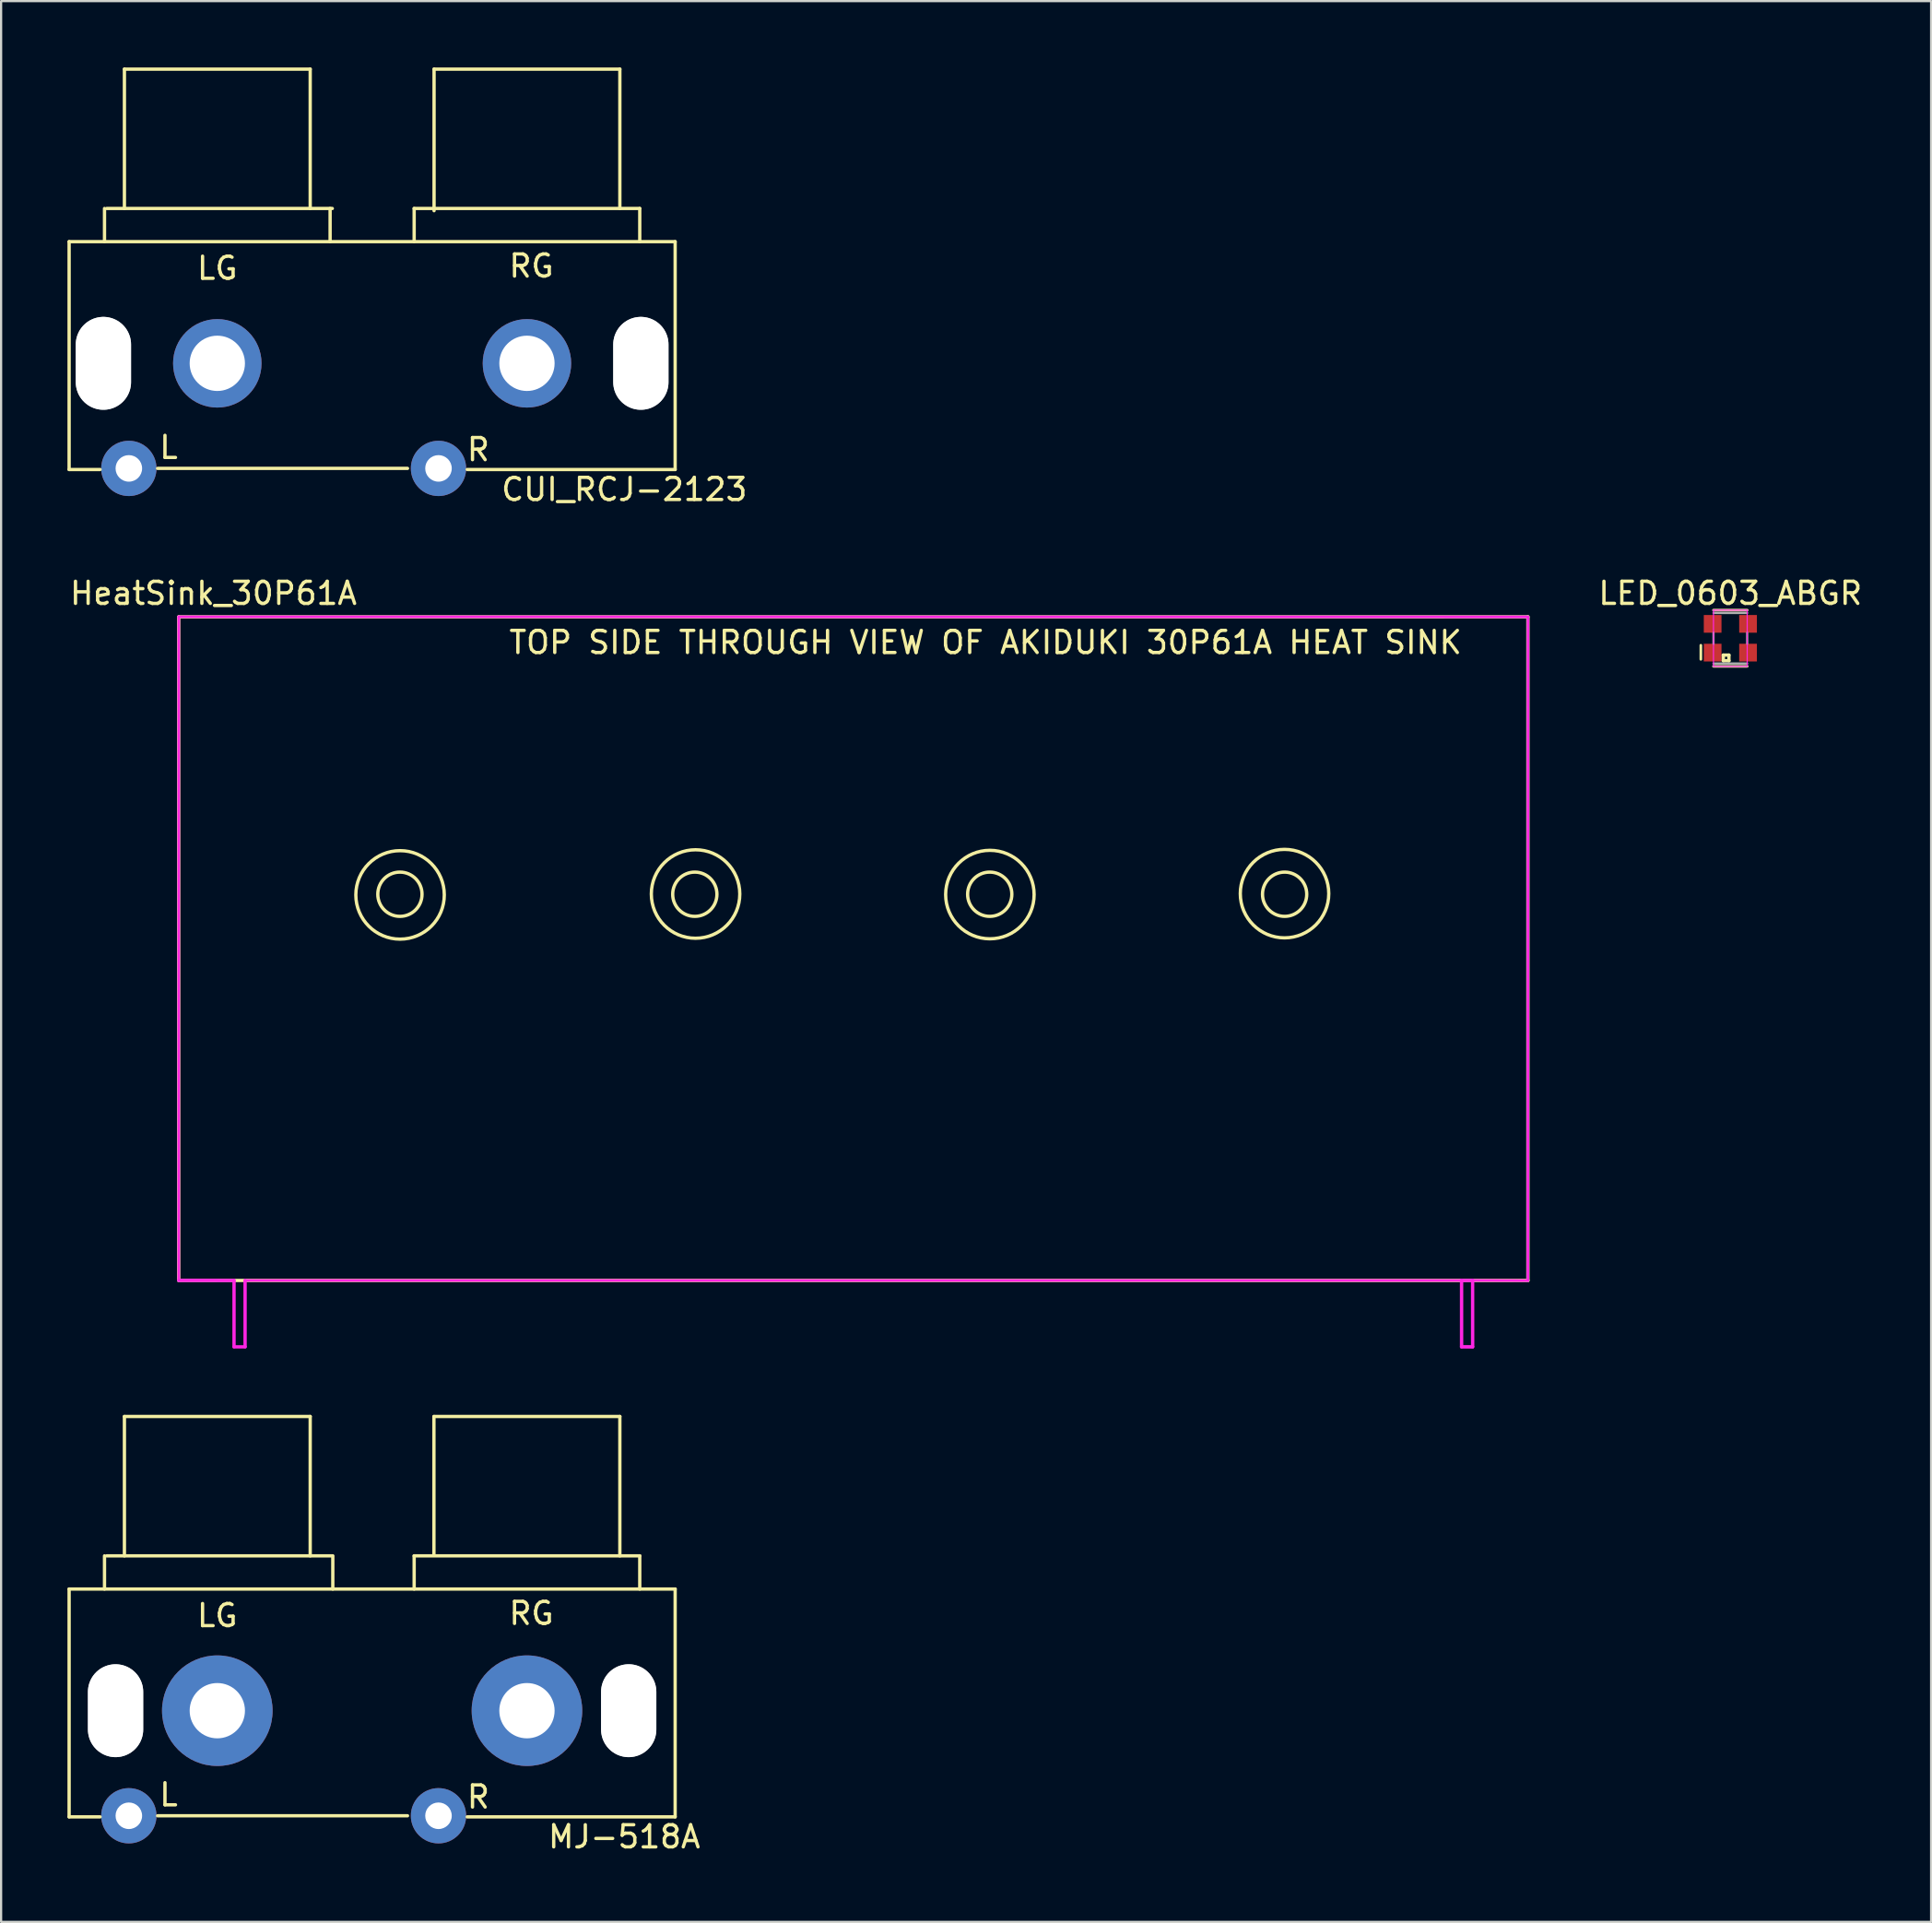
<source format=kicad_pcb>
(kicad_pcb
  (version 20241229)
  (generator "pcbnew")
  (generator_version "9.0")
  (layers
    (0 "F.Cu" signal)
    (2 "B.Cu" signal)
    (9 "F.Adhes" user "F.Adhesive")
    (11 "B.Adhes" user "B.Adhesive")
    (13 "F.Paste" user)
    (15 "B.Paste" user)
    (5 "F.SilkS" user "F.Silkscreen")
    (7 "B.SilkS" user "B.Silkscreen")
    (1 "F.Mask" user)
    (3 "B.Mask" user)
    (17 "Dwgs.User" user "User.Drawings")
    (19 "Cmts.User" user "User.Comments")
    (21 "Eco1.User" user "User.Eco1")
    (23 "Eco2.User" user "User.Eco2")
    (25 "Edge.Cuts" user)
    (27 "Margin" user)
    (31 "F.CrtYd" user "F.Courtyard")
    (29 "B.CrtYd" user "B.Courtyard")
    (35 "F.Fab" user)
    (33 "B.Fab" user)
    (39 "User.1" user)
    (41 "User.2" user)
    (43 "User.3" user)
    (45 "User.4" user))
  (footprint "MJ-518A"
    (layer "F.Cu")
    (at 13.775 74.247)
    (property "Reference" "MJ-518A" (at 11.4 5.739 180) (layer "F.SilkS") (effects (font (size 1 1) (thickness 0.15))))
    (attr through_hole)
    (fp_line (start -13.7 -5.461) (end -13.7 4.839) (stroke (width 0.15) (type solid)) (layer "F.SilkS"))
    (fp_line (start -13.7 -5.461) (end 13.7 -5.461) (stroke (width 0.15) (type solid)) (layer "F.SilkS"))
    (fp_line (start -13.7 4.839) (end -12.3 4.839) (stroke (width 0.15) (type solid)) (layer "F.SilkS"))
    (fp_line (start -12.1 -5.461) (end -12.1 -6.961) (stroke (width 0.15) (type solid)) (layer "F.SilkS"))
    (fp_line (start -12 -6.961) (end -1.8 -6.961) (stroke (width 0.15) (type solid)) (layer "F.SilkS"))
    (fp_line (start -11.2 -13.261) (end -2.8 -13.261) (stroke (width 0.15) (type solid)) (layer "F.SilkS"))
    (fp_line (start -11.2 -6.961) (end -11.2 -13.261) (stroke (width 0.15) (type solid)) (layer "F.SilkS"))
    (fp_line (start -9.7 4.789) (end 1.6 4.789) (stroke (width 0.15) (type solid)) (layer "F.SilkS"))
    (fp_line (start -2.8 -13.261) (end -2.8 -6.961) (stroke (width 0.15) (type solid)) (layer "F.SilkS"))
    (fp_line (start -1.778 -6.961) (end -1.778 -5.461) (stroke (width 0.15) (type solid)) (layer "F.SilkS"))
    (fp_line (start 1.9 -6.961) (end 12.1 -6.961) (stroke (width 0.15) (type solid)) (layer "F.SilkS"))
    (fp_line (start 1.9 -5.461) (end 1.9 -6.961) (stroke (width 0.15) (type solid)) (layer "F.SilkS"))
    (fp_line (start 2.794 -6.985) (end 2.794 -13.261) (stroke (width 0.15) (type solid)) (layer "F.SilkS"))
    (fp_line (start 2.8 -13.261) (end 11.2 -13.261) (stroke (width 0.15) (type solid)) (layer "F.SilkS"))
    (fp_line (start 11.2 -13.261) (end 11.2 -6.961) (stroke (width 0.15) (type solid)) (layer "F.SilkS"))
    (fp_line (start 12.1 -6.961) (end 12.1 -5.461) (stroke (width 0.15) (type solid)) (layer "F.SilkS"))
    (fp_line (start 13.7 -5.461) (end 13.7 4.839) (stroke (width 0.15) (type solid)) (layer "F.SilkS"))
    (fp_line (start 13.7 4.839) (end 4.3 4.839) (stroke (width 0.15) (type solid)) (layer "F.SilkS"))
    (fp_text user "LG" (at -7 -4.261 180) (layer "F.SilkS") (effects (font (size 1 1) (thickness 0.15))))
    (fp_text user "R" (at 4.8 3.939 180) (layer "F.SilkS") (effects (font (size 1 1) (thickness 0.15))))
    (fp_text user "RG" (at 7.2 -4.361 180) (layer "F.SilkS") (effects (font (size 1 1) (thickness 0.15))))
    (fp_text user "L" (at -9.2 3.839 180) (layer "F.SilkS") (effects (font (size 1 1) (thickness 0.15))))
    (pad "" np_thru_hole oval (at -11.6 0.039) (size 2.5 4.2) (drill oval 2.5 4.2) (layers "*.Cu" "*.Mask" "Dwgs.User"))
    (pad "" np_thru_hole oval (at 11.6 0.039) (size 2.5 4.2) (drill oval 2.5 4.2) (layers "*.Cu" "*.Mask" "Dwgs.User"))
    (pad "1" thru_hole circle (at 3 4.789) (size 2.5 2.5) (drill 1.2) (layers "*.Cu" "*.Mask"))
    (pad "2" thru_hole circle (at 7 0.039) (size 5 5) (drill 2.5) (layers "*.Cu" "*.Mask"))
    (pad "3" thru_hole circle (at -11 4.789) (size 2.5 2.5) (drill 1.2) (layers "*.Cu" "*.Mask"))
    (pad "4" thru_hole circle (at -7 0.039) (size 5 5) (drill 2.5) (layers "*.Cu" "*.Mask")))
  (footprint "CUI_RCJ-2123"
    (layer "F.Cu")
    (at 13.775 7.875)
    (property "Reference" "CUI_RCJ-2123" (at 11.4 11.2 0) (layer "F.SilkS") (effects (font (size 1 1) (thickness 0.15))))
    (attr through_hole)
    (fp_line (start -13.7 0) (end -13.7 10.3) (stroke (width 0.15) (type solid)) (layer "F.SilkS"))
    (fp_line (start -13.7 0) (end 13.7 0) (stroke (width 0.15) (type solid)) (layer "F.SilkS"))
    (fp_line (start -13.7 10.3) (end -12.3 10.3) (stroke (width 0.15) (type solid)) (layer "F.SilkS"))
    (fp_line (start -12.1 0) (end -12.1 -1.5) (stroke (width 0.15) (type solid)) (layer "F.SilkS"))
    (fp_line (start -12 -1.5) (end -1.8 -1.5) (stroke (width 0.15) (type solid)) (layer "F.SilkS"))
    (fp_line (start -11.2 -7.8) (end -2.8 -7.8) (stroke (width 0.15) (type solid)) (layer "F.SilkS"))
    (fp_line (start -11.2 -1.5) (end -11.2 -7.8) (stroke (width 0.15) (type solid)) (layer "F.SilkS"))
    (fp_line (start -9.7 10.25) (end 1.6 10.25) (stroke (width 0.15) (type solid)) (layer "F.SilkS"))
    (fp_line (start -2.8 -7.8) (end -2.8 -1.5) (stroke (width 0.15) (type solid)) (layer "F.SilkS"))
    (fp_line (start -1.9 -1.5) (end -1.9 0) (stroke (width 0.15) (type solid)) (layer "F.SilkS"))
    (fp_line (start 1.9 -1.5) (end 12.1 -1.5) (stroke (width 0.15) (type solid)) (layer "F.SilkS"))
    (fp_line (start 1.9 0) (end 1.9 -1.5) (stroke (width 0.15) (type solid)) (layer "F.SilkS"))
    (fp_line (start 2.8 -7.8) (end 11.2 -7.8) (stroke (width 0.15) (type solid)) (layer "F.SilkS"))
    (fp_line (start 2.8 -1.4) (end 2.8 -7.8) (stroke (width 0.15) (type solid)) (layer "F.SilkS"))
    (fp_line (start 11.2 -7.8) (end 11.2 -1.5) (stroke (width 0.15) (type solid)) (layer "F.SilkS"))
    (fp_line (start 12.1 -1.5) (end 12.1 0) (stroke (width 0.15) (type solid)) (layer "F.SilkS"))
    (fp_line (start 13.7 0) (end 13.7 10.3) (stroke (width 0.15) (type solid)) (layer "F.SilkS"))
    (fp_line (start 13.7 10.3) (end 4.3 10.3) (stroke (width 0.15) (type solid)) (layer "F.SilkS"))
    (fp_text user "LG" (at -7 1.2 0) (layer "F.SilkS") (effects (font (size 1 1) (thickness 0.15))))
    (fp_text user "R" (at 4.8 9.4 0) (layer "F.SilkS") (effects (font (size 1 1) (thickness 0.15))))
    (fp_text user "RG" (at 7.2 1.1 0) (layer "F.SilkS") (effects (font (size 1 1) (thickness 0.15))))
    (fp_text user "L" (at -9.2 9.3 0) (layer "F.SilkS") (effects (font (size 1 1) (thickness 0.15))))
    (pad "" np_thru_hole oval (at -12.15 5.5) (size 2.5 4.2) (drill oval 2.5 4.2) (layers "*.Cu" "*.Mask" "Dwgs.User"))
    (pad "" np_thru_hole oval (at 12.15 5.5) (size 2.5 4.2) (drill oval 2.5 4.2) (layers "*.Cu" "*.Mask" "Dwgs.User"))
    (pad "1" thru_hole circle (at 7 5.5) (size 4 4) (drill 2.5) (layers "*.Cu" "*.Mask"))
    (pad "2" thru_hole circle (at 3 10.25) (size 2.5 2.5) (drill 1.2) (layers "*.Cu" "*.Mask"))
    (pad "3" thru_hole circle (at -7 5.5) (size 4 4) (drill 2.5) (layers "*.Cu" "*.Mask"))
    (pad "4" thru_hole circle (at -11 10.25) (size 2.5 2.5) (drill 1.2) (layers "*.Cu" "*.Mask")))
  (footprint "LED_0603_ABGR"
    (layer "F.Cu")
    (at 75.183 25.803)
    (property "Reference" "LED_0603_ABGR" (at 0 -2.032 0) (layer "F.SilkS") (effects (font (size 1 1) (thickness 0.15))))
    (attr smd)
    (fp_line (start -1.333 0.318) (end -1.333 0.953) (stroke (width 0.12) (type solid)) (layer "F.SilkS"))
    (fp_line (start -0.762 -1.27) (end 0.762 -1.27) (stroke (width 0.12) (type solid)) (layer "F.SilkS"))
    (fp_line (start -0.762 1.27) (end 0.762 1.27) (stroke (width 0.12) (type solid)) (layer "F.SilkS"))
    (fp_line (start -0.318 0.762) (end -0.318 1.016) (stroke (width 0.15) (type solid)) (layer "F.SilkS"))
    (fp_line (start -0.318 1.016) (end -0.064 1.016) (stroke (width 0.15) (type solid)) (layer "F.SilkS"))
    (fp_line (start -0.064 0.762) (end -0.318 0.762) (stroke (width 0.15) (type solid)) (layer "F.SilkS"))
    (fp_line (start -0.064 1.016) (end -0.064 0.762) (stroke (width 0.15) (type solid)) (layer "F.SilkS"))
    (fp_line (start -0.762 -1.27) (end 0.762 -1.27) (stroke (width 0.05) (type solid)) (layer "F.CrtYd"))
    (fp_line (start -0.762 1.27) (end -0.762 -1.27) (stroke (width 0.05) (type solid)) (layer "F.CrtYd"))
    (fp_line (start 0.762 -1.27) (end 0.762 1.27) (stroke (width 0.05) (type solid)) (layer "F.CrtYd"))
    (fp_line (start 0.762 1.27) (end -0.762 1.27) (stroke (width 0.05) (type solid)) (layer "F.CrtYd"))
    (fp_line (start -0.762 -1.143) (end 0.762 -1.143) (stroke (width 0.1) (type solid)) (layer "F.Fab"))
    (fp_line (start -0.762 0.254) (end -0.762 -0.254) (stroke (width 0.1) (type solid)) (layer "F.Fab"))
    (fp_line (start 0.762 -0.254) (end 0.762 0.254) (stroke (width 0.1) (type solid)) (layer "F.Fab"))
    (fp_line (start 0.762 1.143) (end -0.762 1.143) (stroke (width 0.1) (type solid)) (layer "F.Fab"))
    (pad "1" smd rect (at -0.8 0.65 180) (size 0.8 0.8) (layers "F.Cu" "F.Mask" "F.Paste"))
    (pad "2" smd rect (at 0.8 0.65 180) (size 0.8 0.8) (layers "F.Cu" "F.Mask" "F.Paste"))
    (pad "3" smd rect (at 0.8 -0.65 180) (size 0.8 0.8) (layers "F.Cu" "F.Mask" "F.Paste"))
    (pad "4" smd rect (at -0.8 -0.65 180) (size 0.8 0.8) (layers "F.Cu" "F.Mask" "F.Paste")))
  (footprint "HeatSink_30P61A"
    (layer "F.Cu")
    (at 4.531 24.836)
    (property "Reference" "HeatSink_30P61A" (at 2.07 -1.064 0) (layer "F.SilkS") (effects (font (size 1 1) (thickness 0.15))))
    (attr through_hole)
    (fp_line (start 0.5 0) (end 61.5 0) (stroke (width 0.15) (type solid)) (layer "F.SilkS"))
    (fp_line (start 0.5 30) (end 0.5 0) (stroke (width 0.15) (type solid)) (layer "F.SilkS"))
    (fp_line (start 61.5 0) (end 61.5 30) (stroke (width 0.15) (type solid)) (layer "F.SilkS"))
    (fp_line (start 61.5 30) (end 0.5 30) (stroke (width 0.15) (type solid)) (layer "F.SilkS"))
    (fp_circle (center 10.5 12.54) (end 11.5 12.54) (stroke (width 0.15) (type solid)) (fill no) (layer "F.SilkS"))
    (fp_circle (center 10.507 12.57) (end 10.507 14.57) (stroke (width 0.15) (type solid)) (fill no) (layer "F.SilkS"))
    (fp_circle (center 23.833 12.54) (end 24.833 12.54) (stroke (width 0.15) (type solid)) (fill no) (layer "F.SilkS"))
    (fp_circle (center 23.867 12.53) (end 23.867 14.53) (stroke (width 0.15) (type solid)) (fill no) (layer "F.SilkS"))
    (fp_circle (center 37.167 12.54) (end 38.167 12.54) (stroke (width 0.15) (type solid)) (fill no) (layer "F.SilkS"))
    (fp_circle (center 37.174 12.555) (end 37.174 14.555) (stroke (width 0.15) (type solid)) (fill no) (layer "F.SilkS"))
    (fp_circle (center 50.496 12.512) (end 50.496 14.512) (stroke (width 0.15) (type solid)) (fill no) (layer "F.SilkS"))
    (fp_circle (center 50.5 12.54) (end 51.5 12.54) (stroke (width 0.15) (type solid)) (fill no) (layer "F.SilkS"))
    (fp_line (start 0.5 -0.005) (end 61.504 0) (stroke (width 0.12) (type solid)) (layer "F.CrtYd"))
    (fp_line (start 0.5 29.997) (end 0.5 -0.005) (stroke (width 0.12) (type solid)) (layer "F.CrtYd"))
    (fp_line (start 2.997 30) (end 0.5 29.997) (stroke (width 0.15) (type solid)) (layer "F.CrtYd"))
    (fp_line (start 3 30) (end 3 33) (stroke (width 0.15) (type solid)) (layer "F.CrtYd"))
    (fp_line (start 3 33) (end 3.5 33) (stroke (width 0.15) (type solid)) (layer "F.CrtYd"))
    (fp_line (start 3.5 33) (end 3.5 30) (stroke (width 0.15) (type solid)) (layer "F.CrtYd"))
    (fp_line (start 58.496 30) (end 58.999 30.002) (stroke (width 0.15) (type solid)) (layer "F.CrtYd"))
    (fp_line (start 58.5 30) (end 3.5 30) (stroke (width 0.12) (type solid)) (layer "F.CrtYd"))
    (fp_line (start 58.5 33) (end 58.5 30) (stroke (width 0.15) (type solid)) (layer "F.CrtYd"))
    (fp_line (start 58.501 33) (end 58.5 30) (stroke (width 0.12) (type solid)) (layer "F.CrtYd"))
    (fp_line (start 58.997 29.997) (end 59.002 33.002) (stroke (width 0.12) (type solid)) (layer "F.CrtYd"))
    (fp_line (start 59 30) (end 59 33) (stroke (width 0.15) (type solid)) (layer "F.CrtYd"))
    (fp_line (start 59 33) (end 58.5 33) (stroke (width 0.15) (type solid)) (layer "F.CrtYd"))
    (fp_line (start 59.002 33.002) (end 58.501 33) (stroke (width 0.12) (type solid)) (layer "F.CrtYd"))
    (fp_line (start 61.498 30.005) (end 58.997 29.997) (stroke (width 0.12) (type solid)) (layer "F.CrtYd"))
    (fp_line (start 61.504 0) (end 61.498 30.005) (stroke (width 0.12) (type solid)) (layer "F.CrtYd"))
    (fp_text user "TOP SIDE THROUGH VIEW OF AKIDUKI 30P61A HEAT SINK" (at 36.977 1.156 0) (layer "F.SilkS") (effects (font (size 1 1) (thickness 0.15)))))
  (gr_rect
    (start -3 -3)
    (end 84.261 83.834)
    (stroke (width 0.1) (type default))
    (fill no)
    (layer "Edge.Cuts")))
</source>
